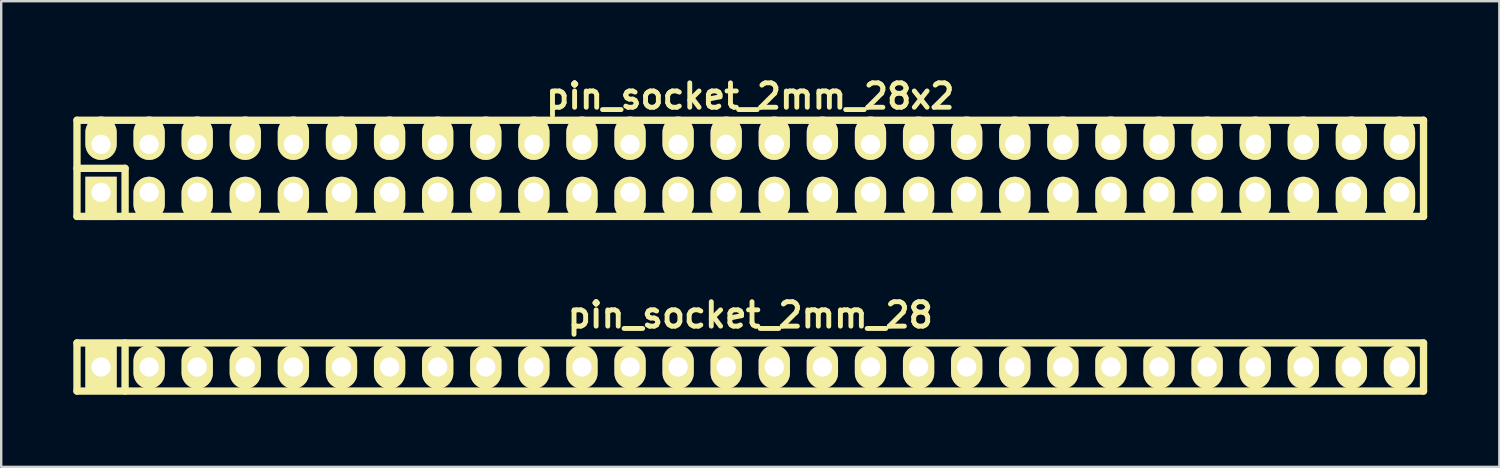
<source format=kicad_pcb>
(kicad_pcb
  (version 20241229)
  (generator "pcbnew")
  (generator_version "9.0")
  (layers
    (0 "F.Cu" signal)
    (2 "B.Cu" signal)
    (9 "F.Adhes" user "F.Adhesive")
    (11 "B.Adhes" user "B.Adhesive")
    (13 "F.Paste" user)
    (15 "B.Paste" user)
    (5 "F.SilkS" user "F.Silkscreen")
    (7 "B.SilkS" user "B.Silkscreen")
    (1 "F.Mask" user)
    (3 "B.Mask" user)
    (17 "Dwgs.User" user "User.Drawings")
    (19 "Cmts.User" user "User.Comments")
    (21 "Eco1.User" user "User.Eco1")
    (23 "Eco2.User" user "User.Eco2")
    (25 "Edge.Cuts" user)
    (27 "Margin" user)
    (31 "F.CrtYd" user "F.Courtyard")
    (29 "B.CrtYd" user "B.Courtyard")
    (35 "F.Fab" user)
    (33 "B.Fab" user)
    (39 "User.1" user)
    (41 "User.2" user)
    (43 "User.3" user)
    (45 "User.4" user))
  (footprint "pin_socket_2mm_28x2"
    (layer "F.Cu")
    (at 28.152 3.951)
    (property "Reference" "pin_socket_2mm_28x2" (at 0 -3 0) (layer "F.SilkS") (effects (font (size 1.016 1.016) (thickness 0.203))))
    (attr through_hole)
    (fp_line (start -28 -2) (end 28 -2) (stroke (width 0.305) (type solid)) (layer "F.SilkS"))
    (fp_line (start -28 0) (end -26 0) (stroke (width 0.305) (type solid)) (layer "F.SilkS"))
    (fp_line (start -28 2) (end -28 -2) (stroke (width 0.305) (type solid)) (layer "F.SilkS"))
    (fp_line (start -26 0) (end -26 2) (stroke (width 0.305) (type solid)) (layer "F.SilkS"))
    (fp_line (start 28 -2) (end 28 2) (stroke (width 0.305) (type solid)) (layer "F.SilkS"))
    (fp_line (start 28 2) (end -28 2) (stroke (width 0.305) (type solid)) (layer "F.SilkS"))
    (pad "1" thru_hole rect (at -27 1) (size 1.3 1.8) (drill 0.8 (offset 0 0.25)) (layers "*.Cu" "*.Mask" "F.SilkS"))
    (pad "2" thru_hole oval (at -27 -1) (size 1.3 1.8) (drill 0.8 (offset 0 -0.25)) (layers "*.Cu" "*.Mask" "F.SilkS"))
    (pad "3" thru_hole oval (at -25 1) (size 1.3 1.8) (drill 0.8 (offset 0 0.25)) (layers "*.Cu" "*.Mask" "F.SilkS"))
    (pad "4" thru_hole oval (at -25 -1) (size 1.3 1.8) (drill 0.8 (offset 0 -0.25)) (layers "*.Cu" "*.Mask" "F.SilkS"))
    (pad "5" thru_hole oval (at -23 1) (size 1.3 1.8) (drill 0.8 (offset 0 0.25)) (layers "*.Cu" "*.Mask" "F.SilkS"))
    (pad "6" thru_hole oval (at -23 -1) (size 1.3 1.8) (drill 0.8 (offset 0 -0.25)) (layers "*.Cu" "*.Mask" "F.SilkS"))
    (pad "7" thru_hole oval (at -21 1) (size 1.3 1.8) (drill 0.8 (offset 0 0.25)) (layers "*.Cu" "*.Mask" "F.SilkS"))
    (pad "8" thru_hole oval (at -21 -1) (size 1.3 1.8) (drill 0.8 (offset 0 -0.25)) (layers "*.Cu" "*.Mask" "F.SilkS"))
    (pad "9" thru_hole oval (at -19 1) (size 1.3 1.8) (drill 0.8 (offset 0 0.25)) (layers "*.Cu" "*.Mask" "F.SilkS"))
    (pad "10" thru_hole oval (at -19 -1) (size 1.3 1.8) (drill 0.8 (offset 0 -0.25)) (layers "*.Cu" "*.Mask" "F.SilkS"))
    (pad "11" thru_hole oval (at -17 1) (size 1.3 1.8) (drill 0.8 (offset 0 0.25)) (layers "*.Cu" "*.Mask" "F.SilkS"))
    (pad "12" thru_hole oval (at -17 -1) (size 1.3 1.8) (drill 0.8 (offset 0 -0.25)) (layers "*.Cu" "*.Mask" "F.SilkS"))
    (pad "13" thru_hole oval (at -15 1) (size 1.3 1.8) (drill 0.8 (offset 0 0.25)) (layers "*.Cu" "*.Mask" "F.SilkS"))
    (pad "14" thru_hole oval (at -15 -1) (size 1.3 1.8) (drill 0.8 (offset 0 -0.25)) (layers "*.Cu" "*.Mask" "F.SilkS"))
    (pad "15" thru_hole oval (at -13 1) (size 1.3 1.8) (drill 0.8 (offset 0 0.25)) (layers "*.Cu" "*.Mask" "F.SilkS"))
    (pad "16" thru_hole oval (at -13 -1) (size 1.3 1.8) (drill 0.8 (offset 0 -0.25)) (layers "*.Cu" "*.Mask" "F.SilkS"))
    (pad "17" thru_hole oval (at -11 1) (size 1.3 1.8) (drill 0.8 (offset 0 0.25)) (layers "*.Cu" "*.Mask" "F.SilkS"))
    (pad "18" thru_hole oval (at -11 -1) (size 1.3 1.8) (drill 0.8 (offset 0 -0.25)) (layers "*.Cu" "*.Mask" "F.SilkS"))
    (pad "19" thru_hole oval (at -9 1) (size 1.3 1.8) (drill 0.8 (offset 0 0.25)) (layers "*.Cu" "*.Mask" "F.SilkS"))
    (pad "20" thru_hole oval (at -9 -1) (size 1.3 1.8) (drill 0.8 (offset 0 -0.25)) (layers "*.Cu" "*.Mask" "F.SilkS"))
    (pad "21" thru_hole oval (at -7 1) (size 1.3 1.8) (drill 0.8 (offset 0 0.25)) (layers "*.Cu" "*.Mask" "F.SilkS"))
    (pad "22" thru_hole oval (at -7 -1) (size 1.3 1.8) (drill 0.8 (offset 0 -0.25)) (layers "*.Cu" "*.Mask" "F.SilkS"))
    (pad "23" thru_hole oval (at -5 1) (size 1.3 1.8) (drill 0.8 (offset 0 0.25)) (layers "*.Cu" "*.Mask" "F.SilkS"))
    (pad "24" thru_hole oval (at -5 -1) (size 1.3 1.8) (drill 0.8 (offset 0 -0.25)) (layers "*.Cu" "*.Mask" "F.SilkS"))
    (pad "25" thru_hole oval (at -3 1) (size 1.3 1.8) (drill 0.8 (offset 0 0.25)) (layers "*.Cu" "*.Mask" "F.SilkS"))
    (pad "26" thru_hole oval (at -3 -1) (size 1.3 1.8) (drill 0.8 (offset 0 -0.25)) (layers "*.Cu" "*.Mask" "F.SilkS"))
    (pad "27" thru_hole oval (at -1 1) (size 1.3 1.8) (drill 0.8 (offset 0 0.25)) (layers "*.Cu" "*.Mask" "F.SilkS"))
    (pad "28" thru_hole oval (at -1 -1) (size 1.3 1.8) (drill 0.8 (offset 0 -0.25)) (layers "*.Cu" "*.Mask" "F.SilkS"))
    (pad "29" thru_hole oval (at 1 1) (size 1.3 1.8) (drill 0.8 (offset 0 0.25)) (layers "*.Cu" "*.Mask" "F.SilkS"))
    (pad "30" thru_hole oval (at 1 -1) (size 1.3 1.8) (drill 0.8 (offset 0 -0.25)) (layers "*.Cu" "*.Mask" "F.SilkS"))
    (pad "31" thru_hole oval (at 3 1) (size 1.3 1.8) (drill 0.8 (offset 0 0.25)) (layers "*.Cu" "*.Mask" "F.SilkS"))
    (pad "32" thru_hole oval (at 3 -1) (size 1.3 1.8) (drill 0.8 (offset 0 -0.25)) (layers "*.Cu" "*.Mask" "F.SilkS"))
    (pad "33" thru_hole oval (at 5 1) (size 1.3 1.8) (drill 0.8 (offset 0 0.25)) (layers "*.Cu" "*.Mask" "F.SilkS"))
    (pad "34" thru_hole oval (at 5 -1) (size 1.3 1.8) (drill 0.8 (offset 0 -0.25)) (layers "*.Cu" "*.Mask" "F.SilkS"))
    (pad "35" thru_hole oval (at 7 1) (size 1.3 1.8) (drill 0.8 (offset 0 0.25)) (layers "*.Cu" "*.Mask" "F.SilkS"))
    (pad "36" thru_hole oval (at 7 -1) (size 1.3 1.8) (drill 0.8 (offset 0 -0.25)) (layers "*.Cu" "*.Mask" "F.SilkS"))
    (pad "37" thru_hole oval (at 9 1) (size 1.3 1.8) (drill 0.8 (offset 0 0.25)) (layers "*.Cu" "*.Mask" "F.SilkS"))
    (pad "38" thru_hole oval (at 9 -1) (size 1.3 1.8) (drill 0.8 (offset 0 -0.25)) (layers "*.Cu" "*.Mask" "F.SilkS"))
    (pad "39" thru_hole oval (at 11 1) (size 1.3 1.8) (drill 0.8 (offset 0 0.25)) (layers "*.Cu" "*.Mask" "F.SilkS"))
    (pad "40" thru_hole oval (at 11 -1) (size 1.3 1.8) (drill 0.8 (offset 0 -0.25)) (layers "*.Cu" "*.Mask" "F.SilkS"))
    (pad "41" thru_hole oval (at 13 1) (size 1.3 1.8) (drill 0.8 (offset 0 0.25)) (layers "*.Cu" "*.Mask" "F.SilkS"))
    (pad "42" thru_hole oval (at 13 -1) (size 1.3 1.8) (drill 0.8 (offset 0 -0.25)) (layers "*.Cu" "*.Mask" "F.SilkS"))
    (pad "43" thru_hole oval (at 15 1) (size 1.3 1.8) (drill 0.8 (offset 0 0.25)) (layers "*.Cu" "*.Mask" "F.SilkS"))
    (pad "44" thru_hole oval (at 15 -1) (size 1.3 1.8) (drill 0.8 (offset 0 -0.25)) (layers "*.Cu" "*.Mask" "F.SilkS"))
    (pad "45" thru_hole oval (at 17 1) (size 1.3 1.8) (drill 0.8 (offset 0 0.25)) (layers "*.Cu" "*.Mask" "F.SilkS"))
    (pad "46" thru_hole oval (at 17 -1) (size 1.3 1.8) (drill 0.8 (offset 0 -0.25)) (layers "*.Cu" "*.Mask" "F.SilkS"))
    (pad "47" thru_hole oval (at 19 1) (size 1.3 1.8) (drill 0.8 (offset 0 0.25)) (layers "*.Cu" "*.Mask" "F.SilkS"))
    (pad "48" thru_hole oval (at 19 -1) (size 1.3 1.8) (drill 0.8 (offset 0 -0.25)) (layers "*.Cu" "*.Mask" "F.SilkS"))
    (pad "49" thru_hole oval (at 21 1) (size 1.3 1.8) (drill 0.8 (offset 0 0.25)) (layers "*.Cu" "*.Mask" "F.SilkS"))
    (pad "50" thru_hole oval (at 21 -1) (size 1.3 1.8) (drill 0.8 (offset 0 -0.25)) (layers "*.Cu" "*.Mask" "F.SilkS"))
    (pad "51" thru_hole oval (at 23 1) (size 1.3 1.8) (drill 0.8 (offset 0 0.25)) (layers "*.Cu" "*.Mask" "F.SilkS"))
    (pad "52" thru_hole oval (at 23 -1) (size 1.3 1.8) (drill 0.8 (offset 0 -0.25)) (layers "*.Cu" "*.Mask" "F.SilkS"))
    (pad "53" thru_hole oval (at 25 1) (size 1.3 1.8) (drill 0.8 (offset 0 0.25)) (layers "*.Cu" "*.Mask" "F.SilkS"))
    (pad "54" thru_hole oval (at 25 -1) (size 1.3 1.8) (drill 0.8 (offset 0 -0.25)) (layers "*.Cu" "*.Mask" "F.SilkS"))
    (pad "55" thru_hole oval (at 27 1) (size 1.3 1.8) (drill 0.8 (offset 0 0.25)) (layers "*.Cu" "*.Mask" "F.SilkS"))
    (pad "56" thru_hole oval (at 27 -1) (size 1.3 1.8) (drill 0.8 (offset 0 -0.25)) (layers "*.Cu" "*.Mask" "F.SilkS")))
  (footprint "pin_socket_2mm_28"
    (layer "F.Cu")
    (at 28.152 12.213)
    (property "Reference" "pin_socket_2mm_28" (at 0 -2.159 0) (layer "F.SilkS") (effects (font (size 1.016 1.016) (thickness 0.203))))
    (attr through_hole)
    (fp_line (start -28 -1) (end 28 -1) (stroke (width 0.305) (type solid)) (layer "F.SilkS"))
    (fp_line (start -28 1) (end -28 -1) (stroke (width 0.305) (type solid)) (layer "F.SilkS"))
    (fp_line (start -26 -1) (end -26 1) (stroke (width 0.305) (type solid)) (layer "F.SilkS"))
    (fp_line (start 28 -1) (end 28 1) (stroke (width 0.305) (type solid)) (layer "F.SilkS"))
    (fp_line (start 28 1) (end -28 1) (stroke (width 0.305) (type solid)) (layer "F.SilkS"))
    (pad "1" thru_hole rect (at -27 0) (size 1.3 1.8) (drill 0.8) (layers "*.Cu" "*.Mask" "F.SilkS"))
    (pad "2" thru_hole oval (at -25 0) (size 1.3 1.8) (drill 0.8) (layers "*.Cu" "*.Mask" "F.SilkS"))
    (pad "3" thru_hole oval (at -23 0) (size 1.3 1.8) (drill 0.8) (layers "*.Cu" "*.Mask" "F.SilkS"))
    (pad "4" thru_hole oval (at -21 0) (size 1.3 1.8) (drill 0.8) (layers "*.Cu" "*.Mask" "F.SilkS"))
    (pad "5" thru_hole oval (at -19 0) (size 1.3 1.8) (drill 0.8) (layers "*.Cu" "*.Mask" "F.SilkS"))
    (pad "6" thru_hole oval (at -17 0) (size 1.3 1.8) (drill 0.8) (layers "*.Cu" "*.Mask" "F.SilkS"))
    (pad "7" thru_hole oval (at -15 0) (size 1.3 1.8) (drill 0.8) (layers "*.Cu" "*.Mask" "F.SilkS"))
    (pad "8" thru_hole oval (at -13 0) (size 1.3 1.8) (drill 0.8) (layers "*.Cu" "*.Mask" "F.SilkS"))
    (pad "9" thru_hole oval (at -11 0) (size 1.3 1.8) (drill 0.8) (layers "*.Cu" "*.Mask" "F.SilkS"))
    (pad "10" thru_hole oval (at -9 0) (size 1.3 1.8) (drill 0.8) (layers "*.Cu" "*.Mask" "F.SilkS"))
    (pad "11" thru_hole oval (at -7 0) (size 1.3 1.8) (drill 0.8) (layers "*.Cu" "*.Mask" "F.SilkS"))
    (pad "12" thru_hole oval (at -5 0) (size 1.3 1.8) (drill 0.8) (layers "*.Cu" "*.Mask" "F.SilkS"))
    (pad "13" thru_hole oval (at -3 0) (size 1.3 1.8) (drill 0.8) (layers "*.Cu" "*.Mask" "F.SilkS"))
    (pad "14" thru_hole oval (at -1 0) (size 1.3 1.8) (drill 0.8) (layers "*.Cu" "*.Mask" "F.SilkS"))
    (pad "15" thru_hole oval (at 1 0) (size 1.3 1.8) (drill 0.8) (layers "*.Cu" "*.Mask" "F.SilkS"))
    (pad "16" thru_hole oval (at 3 0) (size 1.3 1.8) (drill 0.8) (layers "*.Cu" "*.Mask" "F.SilkS"))
    (pad "17" thru_hole oval (at 5 0) (size 1.3 1.8) (drill 0.8) (layers "*.Cu" "*.Mask" "F.SilkS"))
    (pad "18" thru_hole oval (at 7 0) (size 1.3 1.8) (drill 0.8) (layers "*.Cu" "*.Mask" "F.SilkS"))
    (pad "19" thru_hole oval (at 9 0) (size 1.3 1.8) (drill 0.8) (layers "*.Cu" "*.Mask" "F.SilkS"))
    (pad "20" thru_hole oval (at 11 0) (size 1.3 1.8) (drill 0.8) (layers "*.Cu" "*.Mask" "F.SilkS"))
    (pad "21" thru_hole oval (at 13 0) (size 1.3 1.8) (drill 0.8) (layers "*.Cu" "*.Mask" "F.SilkS"))
    (pad "22" thru_hole oval (at 15 0) (size 1.3 1.8) (drill 0.8) (layers "*.Cu" "*.Mask" "F.SilkS"))
    (pad "23" thru_hole oval (at 17 0) (size 1.3 1.8) (drill 0.8) (layers "*.Cu" "*.Mask" "F.SilkS"))
    (pad "24" thru_hole oval (at 19 0) (size 1.3 1.8) (drill 0.8) (layers "*.Cu" "*.Mask" "F.SilkS"))
    (pad "25" thru_hole oval (at 21 0) (size 1.3 1.8) (drill 0.8) (layers "*.Cu" "*.Mask" "F.SilkS"))
    (pad "26" thru_hole oval (at 23 0) (size 1.3 1.8) (drill 0.8) (layers "*.Cu" "*.Mask" "F.SilkS"))
    (pad "27" thru_hole oval (at 25 0) (size 1.3 1.8) (drill 0.8) (layers "*.Cu" "*.Mask" "F.SilkS"))
    (pad "28" thru_hole oval (at 27 0) (size 1.3 1.8) (drill 0.8) (layers "*.Cu" "*.Mask" "F.SilkS")))
  (gr_rect
    (start -3 -3)
    (end 59.305 16.366)
    (stroke (width 0.1) (type default))
    (fill no)
    (layer "Edge.Cuts")))
</source>
